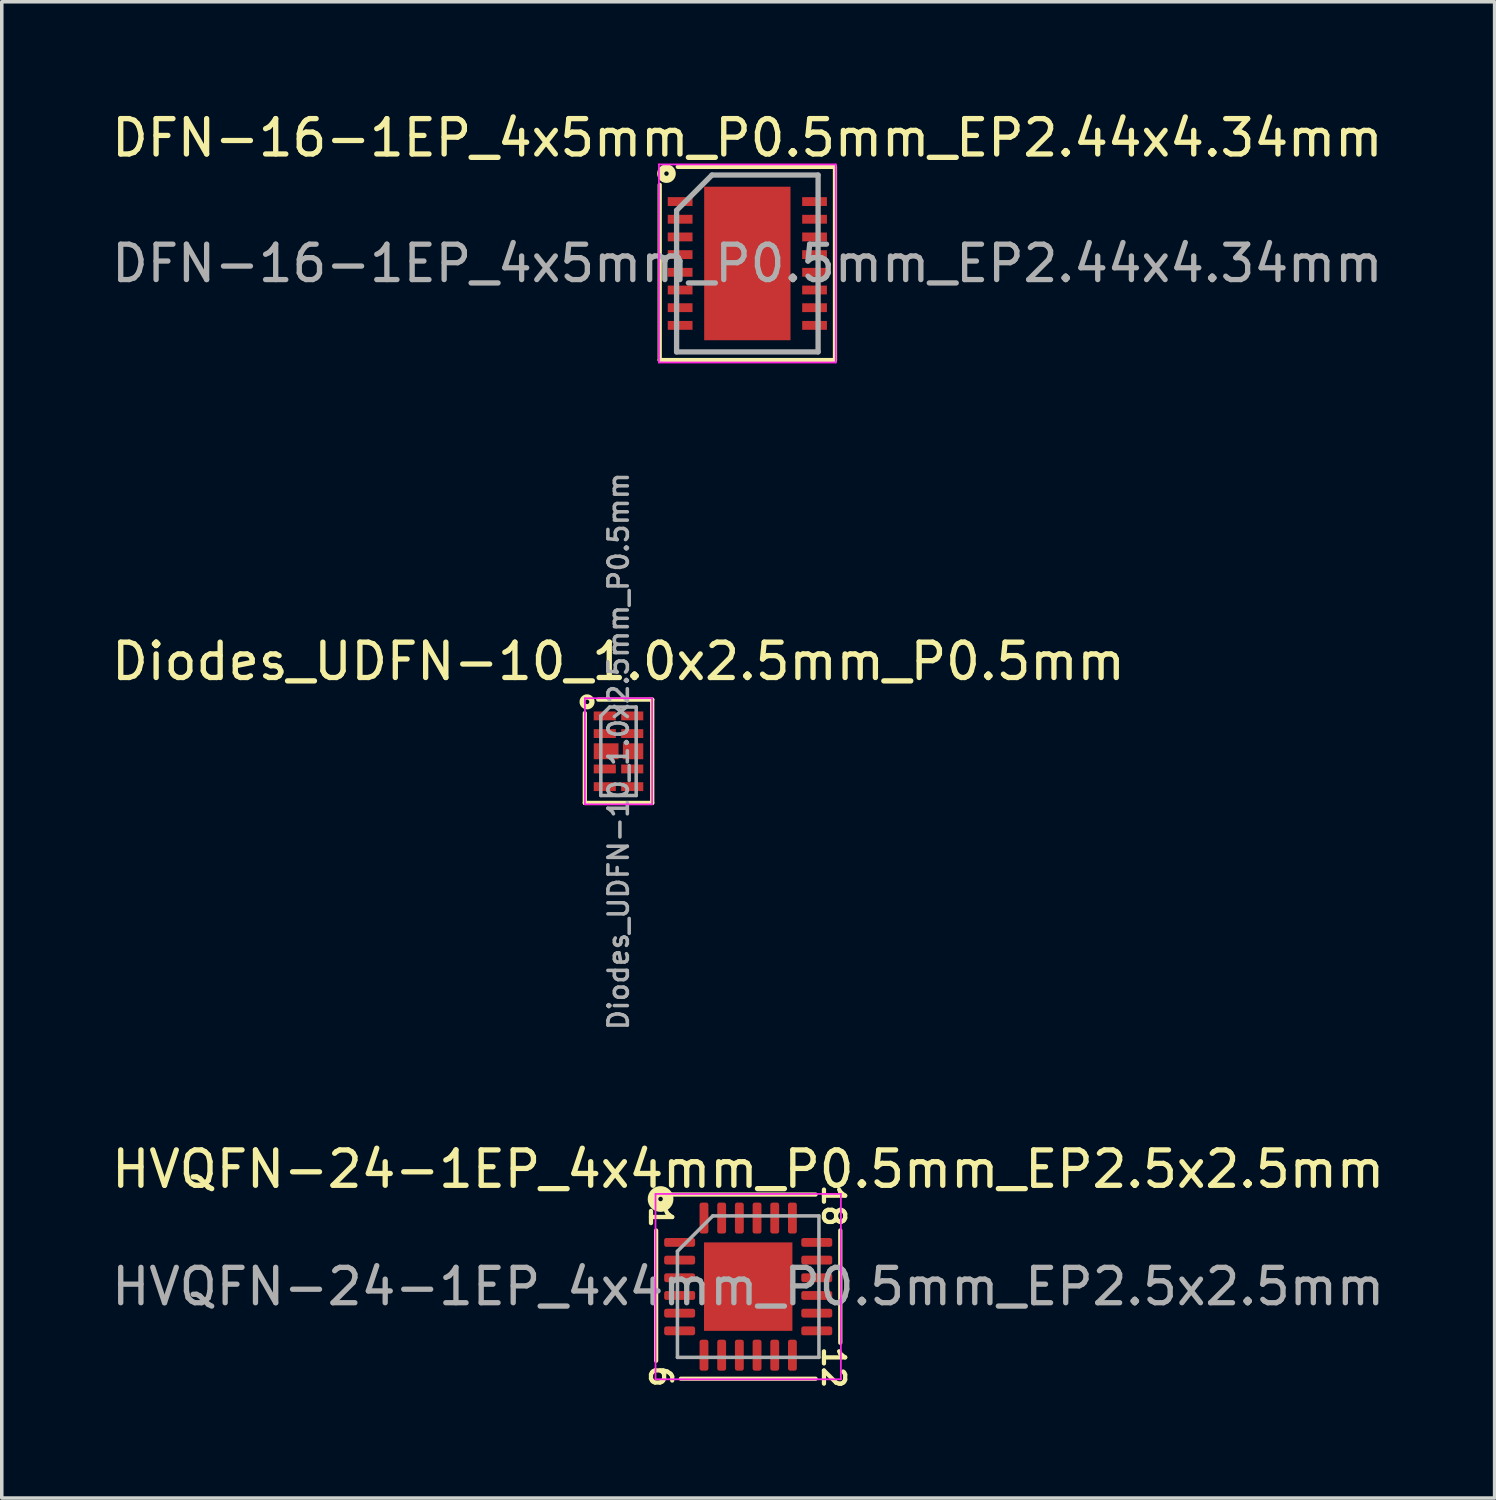
<source format=kicad_pcb>
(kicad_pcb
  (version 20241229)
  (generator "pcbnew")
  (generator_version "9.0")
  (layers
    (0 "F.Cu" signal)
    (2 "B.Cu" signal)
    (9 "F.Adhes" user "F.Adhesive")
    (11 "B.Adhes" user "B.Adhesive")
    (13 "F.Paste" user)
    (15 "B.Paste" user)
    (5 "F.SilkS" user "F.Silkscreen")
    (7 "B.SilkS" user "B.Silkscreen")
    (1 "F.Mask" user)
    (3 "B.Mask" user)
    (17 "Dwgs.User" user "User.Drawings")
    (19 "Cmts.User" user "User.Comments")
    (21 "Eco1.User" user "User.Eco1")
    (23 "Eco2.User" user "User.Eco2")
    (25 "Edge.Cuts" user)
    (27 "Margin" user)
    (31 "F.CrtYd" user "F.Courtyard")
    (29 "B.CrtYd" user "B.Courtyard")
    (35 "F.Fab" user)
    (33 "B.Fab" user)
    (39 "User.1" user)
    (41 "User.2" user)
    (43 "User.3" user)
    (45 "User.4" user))
  (footprint "HVQFN-24-1EP_4x4mm_P0.5mm_EP2.5x2.5mm"
    (layer "F.Cu")
    (at 18.101 33.322)
    (property "Reference" "HVQFN-24-1EP_4x4mm_P0.5mm_EP2.5x2.5mm" (at 0 -3.32 0) (layer "F.SilkS") (effects (font (size 1 1) (thickness 0.15))))
    (attr smd)
    (fp_line (start -2.603 2.095) (end -2.603 -1.587) (stroke (width 0.12) (type solid)) (layer "F.SilkS"))
    (fp_line (start -2.159 -2.603) (end 1.905 -2.603) (stroke (width 0.12) (type solid)) (layer "F.SilkS"))
    (fp_line (start 1.905 2.603) (end -1.905 2.603) (stroke (width 0.12) (type solid)) (layer "F.SilkS"))
    (fp_line (start 2.603 -1.587) (end 2.603 1.587) (stroke (width 0.12) (type solid)) (layer "F.SilkS"))
    (fp_circle (center -2.477 -2.477) (end -2.413 -2.477) (stroke (width 0.3) (type solid)) (fill no) (layer "F.SilkS"))
    (fp_line (start -2.62 -2.62) (end -2.62 2.62) (stroke (width 0.05) (type solid)) (layer "F.CrtYd"))
    (fp_line (start -2.62 2.62) (end 2.62 2.62) (stroke (width 0.05) (type solid)) (layer "F.CrtYd"))
    (fp_line (start 2.62 -2.62) (end -2.62 -2.62) (stroke (width 0.05) (type solid)) (layer "F.CrtYd"))
    (fp_line (start 2.62 2.62) (end 2.62 -2.62) (stroke (width 0.05) (type solid)) (layer "F.CrtYd"))
    (fp_line (start -2 -1) (end -1 -2) (stroke (width 0.1) (type solid)) (layer "F.Fab"))
    (fp_line (start -2 2) (end -2 -1) (stroke (width 0.1) (type solid)) (layer "F.Fab"))
    (fp_line (start -1 -2) (end 2 -2) (stroke (width 0.1) (type solid)) (layer "F.Fab"))
    (fp_line (start 2 -2) (end 2 2) (stroke (width 0.1) (type solid)) (layer "F.Fab"))
    (fp_line (start 2 2) (end -2 2) (stroke (width 0.1) (type solid)) (layer "F.Fab"))
    (fp_text user "6" (at -2.477 2.54 270) (unlocked yes) (layer "F.SilkS") (effects (font (size 0.6 0.6) (thickness 0.12))))
    (fp_text user "12" (at 2.413 2.286 270) (unlocked yes) (layer "F.SilkS") (effects (font (size 0.6 0.6) (thickness 0.12))))
    (fp_text user "18" (at 2.413 -2.286 270) (unlocked yes) (layer "F.SilkS") (effects (font (size 0.6 0.6) (thickness 0.12))))
    (fp_text user "1" (at -2.477 -1.968 270) (unlocked yes) (layer "F.SilkS") (effects (font (size 0.6 0.6) (thickness 0.12))))
    (fp_text user "${REFERENCE}" (at 0 0 0) (layer "F.Fab") (effects (font (size 1 1) (thickness 0.15))))
    (pad "" smd roundrect (at -0.625 -0.625) (size 1.01 1.01) (layers "F.Paste") (roundrect_rratio 0.248))
    (pad "" smd roundrect (at -0.625 0.625) (size 1.01 1.01) (layers "F.Paste") (roundrect_rratio 0.248))
    (pad "" smd roundrect (at 0.625 -0.625) (size 1.01 1.01) (layers "F.Paste") (roundrect_rratio 0.248))
    (pad "" smd roundrect (at 0.625 0.625) (size 1.01 1.01) (layers "F.Paste") (roundrect_rratio 0.248))
    (pad "1" smd roundrect (at -1.938 -1.25) (size 0.875 0.25) (layers "F.Cu" "F.Mask" "F.Paste") (roundrect_rratio 0.25))
    (pad "2" smd roundrect (at -1.938 -0.75) (size 0.875 0.25) (layers "F.Cu" "F.Mask" "F.Paste") (roundrect_rratio 0.25))
    (pad "3" smd roundrect (at -1.938 -0.25) (size 0.875 0.25) (layers "F.Cu" "F.Mask" "F.Paste") (roundrect_rratio 0.25))
    (pad "4" smd roundrect (at -1.938 0.25) (size 0.875 0.25) (layers "F.Cu" "F.Mask" "F.Paste") (roundrect_rratio 0.25))
    (pad "5" smd roundrect (at -1.938 0.75) (size 0.875 0.25) (layers "F.Cu" "F.Mask" "F.Paste") (roundrect_rratio 0.25))
    (pad "6" smd roundrect (at -1.938 1.25) (size 0.875 0.25) (layers "F.Cu" "F.Mask" "F.Paste") (roundrect_rratio 0.25))
    (pad "7" smd roundrect (at -1.25 1.938) (size 0.25 0.875) (layers "F.Cu" "F.Mask" "F.Paste") (roundrect_rratio 0.25))
    (pad "8" smd roundrect (at -0.75 1.938) (size 0.25 0.875) (layers "F.Cu" "F.Mask" "F.Paste") (roundrect_rratio 0.25))
    (pad "9" smd roundrect (at -0.25 1.938) (size 0.25 0.875) (layers "F.Cu" "F.Mask" "F.Paste") (roundrect_rratio 0.25))
    (pad "10" smd roundrect (at 0.25 1.938) (size 0.25 0.875) (layers "F.Cu" "F.Mask" "F.Paste") (roundrect_rratio 0.25))
    (pad "11" smd roundrect (at 0.75 1.938) (size 0.25 0.875) (layers "F.Cu" "F.Mask" "F.Paste") (roundrect_rratio 0.25))
    (pad "12" smd roundrect (at 1.25 1.938) (size 0.25 0.875) (layers "F.Cu" "F.Mask" "F.Paste") (roundrect_rratio 0.25))
    (pad "13" smd roundrect (at 1.938 1.25) (size 0.875 0.25) (layers "F.Cu" "F.Mask" "F.Paste") (roundrect_rratio 0.25))
    (pad "14" smd roundrect (at 1.938 0.75) (size 0.875 0.25) (layers "F.Cu" "F.Mask" "F.Paste") (roundrect_rratio 0.25))
    (pad "15" smd roundrect (at 1.938 0.25) (size 0.875 0.25) (layers "F.Cu" "F.Mask" "F.Paste") (roundrect_rratio 0.25))
    (pad "16" smd roundrect (at 1.938 -0.25) (size 0.875 0.25) (layers "F.Cu" "F.Mask" "F.Paste") (roundrect_rratio 0.25))
    (pad "17" smd roundrect (at 1.938 -0.75) (size 0.875 0.25) (layers "F.Cu" "F.Mask" "F.Paste") (roundrect_rratio 0.25))
    (pad "18" smd roundrect (at 1.938 -1.25) (size 0.875 0.25) (layers "F.Cu" "F.Mask" "F.Paste") (roundrect_rratio 0.25))
    (pad "19" smd roundrect (at 1.25 -1.938) (size 0.25 0.875) (layers "F.Cu" "F.Mask" "F.Paste") (roundrect_rratio 0.25))
    (pad "20" smd roundrect (at 0.75 -1.938) (size 0.25 0.875) (layers "F.Cu" "F.Mask" "F.Paste") (roundrect_rratio 0.25))
    (pad "21" smd roundrect (at 0.25 -1.938) (size 0.25 0.875) (layers "F.Cu" "F.Mask" "F.Paste") (roundrect_rratio 0.25))
    (pad "22" smd roundrect (at -0.25 -1.938) (size 0.25 0.875) (layers "F.Cu" "F.Mask" "F.Paste") (roundrect_rratio 0.25))
    (pad "23" smd roundrect (at -0.75 -1.938) (size 0.25 0.875) (layers "F.Cu" "F.Mask" "F.Paste") (roundrect_rratio 0.25))
    (pad "24" smd roundrect (at -1.25 -1.938) (size 0.25 0.875) (layers "F.Cu" "F.Mask" "F.Paste") (roundrect_rratio 0.25))
    (pad "25" smd rect (at 0 0) (size 2.5 2.5) (layers "F.Cu" "F.Mask")))
  (footprint "Diodes_UDFN-10_1.0x2.5mm_P0.5mm"
    (layer "F.Cu")
    (at 14.435 18.188)
    (property "Reference" "Diodes_UDFN-10_1.0x2.5mm_P0.5mm" (at 0 -2.54 0) (layer "F.SilkS") (effects (font (size 1 1) (thickness 0.15))))
    (attr smd)
    (fp_line (start -0.953 1.46) (end -0.953 -1.079) (stroke (width 0.12) (type solid)) (layer "F.SilkS"))
    (fp_line (start -0.572 -1.46) (end 0.953 -1.46) (stroke (width 0.12) (type solid)) (layer "F.SilkS"))
    (fp_line (start 0.953 -1.46) (end 0.953 1.46) (stroke (width 0.12) (type solid)) (layer "F.SilkS"))
    (fp_line (start 0.953 1.46) (end -0.953 1.46) (stroke (width 0.12) (type solid)) (layer "F.SilkS"))
    (fp_circle (center -0.889 -1.397) (end -0.826 -1.397) (stroke (width 0.15) (type solid)) (fill no) (layer "F.SilkS"))
    (fp_line (start -0.95 -1.5) (end 0.95 -1.5) (stroke (width 0.05) (type solid)) (layer "F.CrtYd"))
    (fp_line (start -0.95 1.5) (end -0.95 -1.5) (stroke (width 0.05) (type solid)) (layer "F.CrtYd"))
    (fp_line (start 0.95 -1.5) (end 0.95 1.5) (stroke (width 0.05) (type solid)) (layer "F.CrtYd"))
    (fp_line (start 0.95 1.5) (end -0.95 1.5) (stroke (width 0.05) (type solid)) (layer "F.CrtYd"))
    (fp_line (start -0.5 -1) (end -0.5 1.25) (stroke (width 0.1) (type solid)) (layer "F.Fab"))
    (fp_line (start -0.5 1.25) (end 0.5 1.25) (stroke (width 0.1) (type solid)) (layer "F.Fab"))
    (fp_line (start -0.25 -1.25) (end -0.5 -1) (stroke (width 0.1) (type solid)) (layer "F.Fab"))
    (fp_line (start 0.5 -1.25) (end -0.25 -1.25) (stroke (width 0.1) (type solid)) (layer "F.Fab"))
    (fp_line (start 0.5 -1.25) (end 0.5 1.25) (stroke (width 0.1) (type solid)) (layer "F.Fab"))
    (fp_text user "${REFERENCE}" (at 0 0 90) (layer "F.Fab") (effects (font (size 0.55 0.55) (thickness 0.1))))
    (pad "1" smd rect (at -0.388 -1 270) (size 0.25 0.625) (layers "F.Cu" "F.Mask" "F.Paste"))
    (pad "2" smd rect (at -0.388 -0.5 270) (size 0.25 0.625) (layers "F.Cu" "F.Mask" "F.Paste"))
    (pad "3" smd rect (at -0.35 0 270) (size 0.45 0.7) (layers "F.Cu" "F.Mask" "F.Paste"))
    (pad "4" smd rect (at -0.388 0.5 270) (size 0.25 0.625) (layers "F.Cu" "F.Mask" "F.Paste"))
    (pad "5" smd rect (at -0.388 1 270) (size 0.25 0.625) (layers "F.Cu" "F.Mask" "F.Paste"))
    (pad "6" smd rect (at 0.388 1 270) (size 0.25 0.625) (layers "F.Cu" "F.Mask" "F.Paste"))
    (pad "7" smd rect (at 0.388 0.5 270) (size 0.25 0.625) (layers "F.Cu" "F.Mask" "F.Paste"))
    (pad "8" smd rect (at 0.412 0 270) (size 0.45 0.575) (layers "F.Cu" "F.Mask" "F.Paste"))
    (pad "9" smd rect (at 0.388 -0.5 270) (size 0.25 0.625) (layers "F.Cu" "F.Mask" "F.Paste"))
    (pad "10" smd rect (at 0.388 -1 270) (size 0.25 0.625) (layers "F.Cu" "F.Mask" "F.Paste")))
  (footprint "DFN-16-1EP_4x5mm_P0.5mm_EP2.44x4.34mm"
    (layer "F.Cu")
    (at 18.077 4.398)
    (property "Reference" "DFN-16-1EP_4x5mm_P0.5mm_EP2.44x4.34mm" (at 0 -3.55 0) (layer "F.SilkS") (effects (font (size 1 1) (thickness 0.15))))
    (attr smd)
    (fp_line (start -2.477 2.731) (end -2.477 -2.223) (stroke (width 0.12) (type solid)) (layer "F.SilkS"))
    (fp_line (start -1.968 -2.731) (end 2.477 -2.731) (stroke (width 0.12) (type solid)) (layer "F.SilkS"))
    (fp_line (start 2.477 -2.731) (end 2.477 2.731) (stroke (width 0.12) (type solid)) (layer "F.SilkS"))
    (fp_line (start 2.477 2.731) (end -2.477 2.731) (stroke (width 0.12) (type solid)) (layer "F.SilkS"))
    (fp_circle (center -2.286 -2.54) (end -2.223 -2.54) (stroke (width 0.2) (type solid)) (fill no) (layer "F.SilkS"))
    (fp_line (start -2.5 -2.8) (end -2.5 2.8) (stroke (width 0.05) (type solid)) (layer "F.CrtYd"))
    (fp_line (start -2.5 -2.8) (end 2.5 -2.8) (stroke (width 0.05) (type solid)) (layer "F.CrtYd"))
    (fp_line (start -2.5 2.8) (end 2.5 2.8) (stroke (width 0.05) (type solid)) (layer "F.CrtYd"))
    (fp_line (start 2.5 -2.8) (end 2.5 2.8) (stroke (width 0.05) (type solid)) (layer "F.CrtYd"))
    (fp_line (start -2 -1.5) (end -1 -2.5) (stroke (width 0.15) (type solid)) (layer "F.Fab"))
    (fp_line (start -2 2.5) (end -2 -1.5) (stroke (width 0.15) (type solid)) (layer "F.Fab"))
    (fp_line (start -1 -2.5) (end 2 -2.5) (stroke (width 0.15) (type solid)) (layer "F.Fab"))
    (fp_line (start 2 -2.5) (end 2 2.5) (stroke (width 0.15) (type solid)) (layer "F.Fab"))
    (fp_line (start 2 2.5) (end -2 2.5) (stroke (width 0.15) (type solid)) (layer "F.Fab"))
    (fp_text user "${REFERENCE}" (at 0 0 0) (layer "F.Fab") (effects (font (size 1 1) (thickness 0.15))))
    (pad "" smd rect (at -0.61 -1.627) (size 1 0.86) (layers "F.Paste"))
    (pad "" smd rect (at -0.61 -0.542) (size 1 0.86) (layers "F.Paste"))
    (pad "" smd rect (at -0.61 0.542) (size 1 0.86) (layers "F.Paste"))
    (pad "" smd rect (at -0.61 1.627) (size 1 0.86) (layers "F.Paste"))
    (pad "" smd rect (at 0.61 -1.627) (size 1 0.86) (layers "F.Paste"))
    (pad "" smd rect (at 0.61 -0.542) (size 1 0.86) (layers "F.Paste"))
    (pad "" smd rect (at 0.61 0.542) (size 1 0.86) (layers "F.Paste"))
    (pad "" smd rect (at 0.61 1.627) (size 1 0.86) (layers "F.Paste"))
    (pad "1" smd rect (at -1.9 -1.75) (size 0.7 0.25) (layers "F.Cu" "F.Mask" "F.Paste"))
    (pad "2" smd rect (at -1.9 -1.25) (size 0.7 0.25) (layers "F.Cu" "F.Mask" "F.Paste"))
    (pad "3" smd rect (at -1.9 -0.75) (size 0.7 0.25) (layers "F.Cu" "F.Mask" "F.Paste"))
    (pad "4" smd rect (at -1.9 -0.25) (size 0.7 0.25) (layers "F.Cu" "F.Mask" "F.Paste"))
    (pad "5" smd rect (at -1.9 0.25) (size 0.7 0.25) (layers "F.Cu" "F.Mask" "F.Paste"))
    (pad "6" smd rect (at -1.9 0.75) (size 0.7 0.25) (layers "F.Cu" "F.Mask" "F.Paste"))
    (pad "7" smd rect (at -1.9 1.25) (size 0.7 0.25) (layers "F.Cu" "F.Mask" "F.Paste"))
    (pad "8" smd rect (at -1.9 1.75) (size 0.7 0.25) (layers "F.Cu" "F.Mask" "F.Paste"))
    (pad "9" smd rect (at 1.9 1.75) (size 0.7 0.25) (layers "F.Cu" "F.Mask" "F.Paste"))
    (pad "10" smd rect (at 1.9 1.25) (size 0.7 0.25) (layers "F.Cu" "F.Mask" "F.Paste"))
    (pad "11" smd rect (at 1.9 0.75) (size 0.7 0.25) (layers "F.Cu" "F.Mask" "F.Paste"))
    (pad "12" smd rect (at 1.9 0.25) (size 0.7 0.25) (layers "F.Cu" "F.Mask" "F.Paste"))
    (pad "13" smd rect (at 1.9 -0.25) (size 0.7 0.25) (layers "F.Cu" "F.Mask" "F.Paste"))
    (pad "14" smd rect (at 1.9 -0.75) (size 0.7 0.25) (layers "F.Cu" "F.Mask" "F.Paste"))
    (pad "15" smd rect (at 1.9 -1.25) (size 0.7 0.25) (layers "F.Cu" "F.Mask" "F.Paste"))
    (pad "16" smd rect (at 1.9 -1.75) (size 0.7 0.25) (layers "F.Cu" "F.Mask" "F.Paste"))
    (pad "17" smd rect (at 0 0) (size 2.44 4.34) (layers "F.Cu" "F.Mask")))
  (gr_rect
    (start -3 -3)
    (end 39.202 39.299)
    (stroke (width 0.1) (type default))
    (fill no)
    (layer "Edge.Cuts")))
</source>
